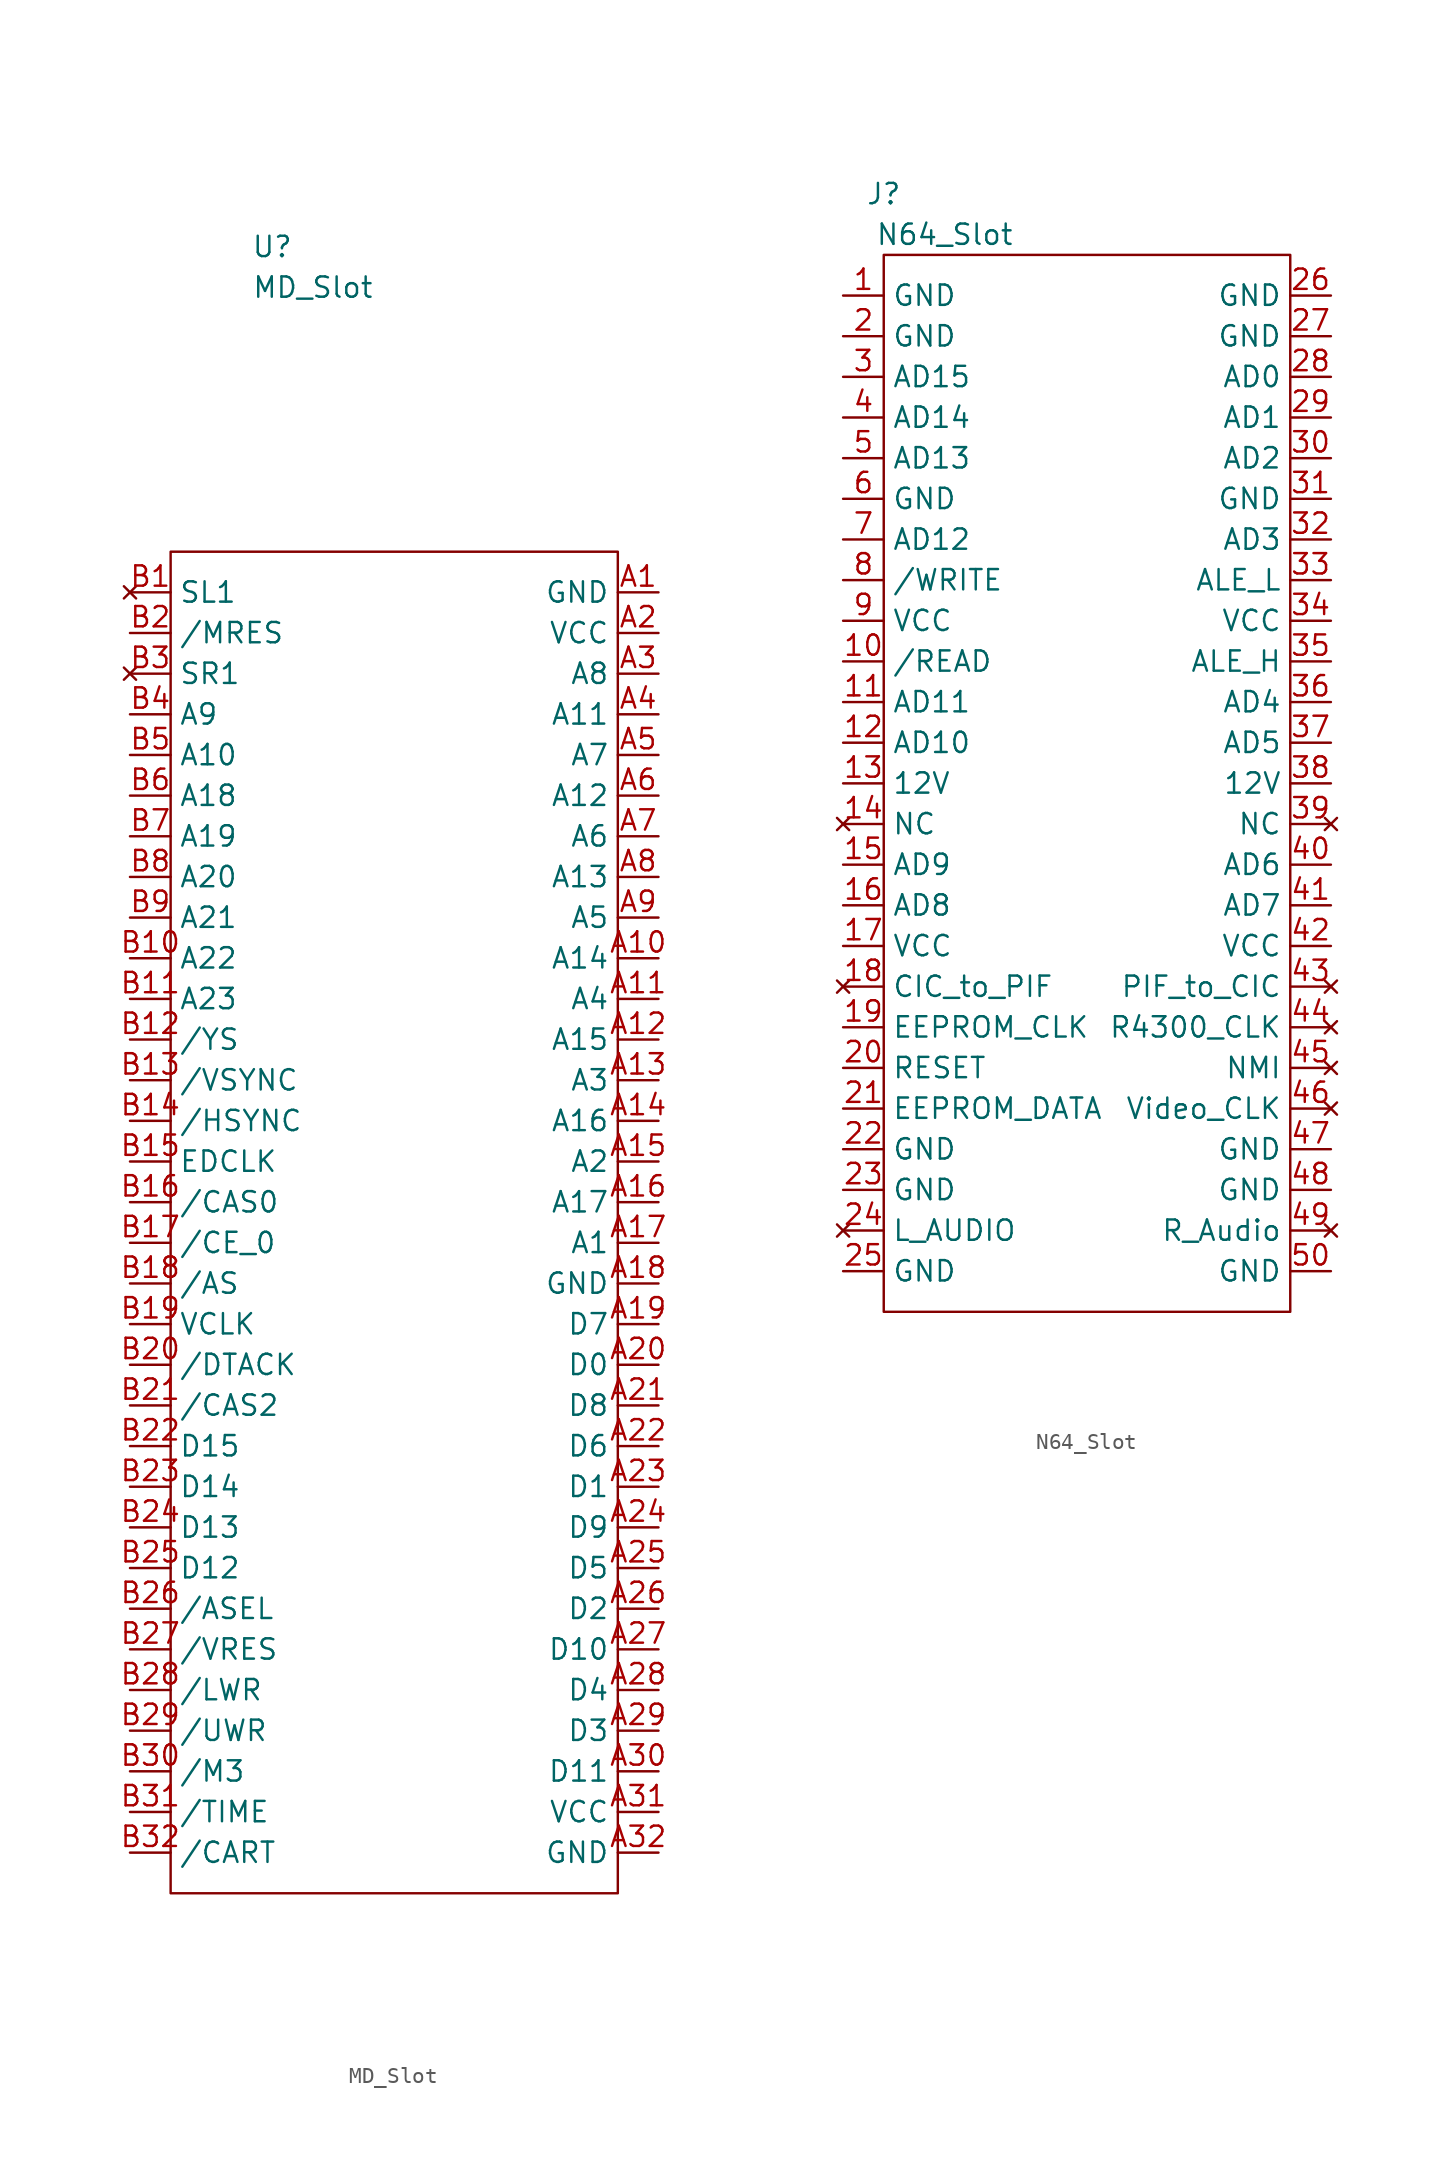
<source format=kicad_sym>
(kicad_symbol_lib
  (version 20231120)
  (generator "kicad_symbol_editor")
  (generator_version "8.0")
  (symbol "MD_Slot"
    (property "Reference" "U"
      (at -1.27 39.37 0)
      (effects (font (size 1.27 1.27))))
    (property "Value" "MD_Slot"
      (at 1.27 36.83 0)
      (effects (font (size 1.27 1.27))))
    (symbol "MD_Slot_0_1"
      (rectangle (start -7.62 20.32) (end 20.32 -63.5) (stroke (width 0.152) (type default)) (fill (type none))))
    (symbol "MD_Slot_1_1"
      (pin power_in line (at 22.86 17.78 180) (length 2.54) (name "GND" (effects (font (size 1.27 1.27)))) (number "A1" (effects (font (size 1.27 1.27)))))
      (pin input line (at 22.86 -5.08 180) (length 2.54) (name "A14" (effects (font (size 1.27 1.27)))) (number "A10" (effects (font (size 1.27 1.27)))))
      (pin input line (at 22.86 -7.62 180) (length 2.54) (name "A4" (effects (font (size 1.27 1.27)))) (number "A11" (effects (font (size 1.27 1.27)))))
      (pin input line (at 22.86 -10.16 180) (length 2.54) (name "A15" (effects (font (size 1.27 1.27)))) (number "A12" (effects (font (size 1.27 1.27)))))
      (pin input line (at 22.86 -12.7 180) (length 2.54) (name "A3" (effects (font (size 1.27 1.27)))) (number "A13" (effects (font (size 1.27 1.27)))))
      (pin input line (at 22.86 -15.24 180) (length 2.54) (name "A16" (effects (font (size 1.27 1.27)))) (number "A14" (effects (font (size 1.27 1.27)))))
      (pin input line (at 22.86 -17.78 180) (length 2.54) (name "A2" (effects (font (size 1.27 1.27)))) (number "A15" (effects (font (size 1.27 1.27)))))
      (pin input line (at 22.86 -20.32 180) (length 2.54) (name "A17" (effects (font (size 1.27 1.27)))) (number "A16" (effects (font (size 1.27 1.27)))))
      (pin input line (at 22.86 -22.86 180) (length 2.54) (name "A1" (effects (font (size 1.27 1.27)))) (number "A17" (effects (font (size 1.27 1.27)))))
      (pin power_in line (at 22.86 -25.4 180) (length 2.54) (name "GND" (effects (font (size 1.27 1.27)))) (number "A18" (effects (font (size 1.27 1.27)))))
      (pin bidirectional line (at 22.86 -27.94 180) (length 2.54) (name "D7" (effects (font (size 1.27 1.27)))) (number "A19" (effects (font (size 1.27 1.27)))))
      (pin power_in line (at 22.86 15.24 180) (length 2.54) (name "VCC" (effects (font (size 1.27 1.27)))) (number "A2" (effects (font (size 1.27 1.27)))))
      (pin bidirectional line (at 22.86 -30.48 180) (length 2.54) (name "D0" (effects (font (size 1.27 1.27)))) (number "A20" (effects (font (size 1.27 1.27)))))
      (pin bidirectional line (at 22.86 -33.02 180) (length 2.54) (name "D8" (effects (font (size 1.27 1.27)))) (number "A21" (effects (font (size 1.27 1.27)))))
      (pin bidirectional line (at 22.86 -35.56 180) (length 2.54) (name "D6" (effects (font (size 1.27 1.27)))) (number "A22" (effects (font (size 1.27 1.27)))))
      (pin bidirectional line (at 22.86 -38.1 180) (length 2.54) (name "D1" (effects (font (size 1.27 1.27)))) (number "A23" (effects (font (size 1.27 1.27)))))
      (pin bidirectional line (at 22.86 -40.64 180) (length 2.54) (name "D9" (effects (font (size 1.27 1.27)))) (number "A24" (effects (font (size 1.27 1.27)))))
      (pin bidirectional line (at 22.86 -43.18 180) (length 2.54) (name "D5" (effects (font (size 1.27 1.27)))) (number "A25" (effects (font (size 1.27 1.27)))))
      (pin bidirectional line (at 22.86 -45.72 180) (length 2.54) (name "D2" (effects (font (size 1.27 1.27)))) (number "A26" (effects (font (size 1.27 1.27)))))
      (pin bidirectional line (at 22.86 -48.26 180) (length 2.54) (name "D10" (effects (font (size 1.27 1.27)))) (number "A27" (effects (font (size 1.27 1.27)))))
      (pin bidirectional line (at 22.86 -50.8 180) (length 2.54) (name "D4" (effects (font (size 1.27 1.27)))) (number "A28" (effects (font (size 1.27 1.27)))))
      (pin bidirectional line (at 22.86 -53.34 180) (length 2.54) (name "D3" (effects (font (size 1.27 1.27)))) (number "A29" (effects (font (size 1.27 1.27)))))
      (pin input line (at 22.86 12.7 180) (length 2.54) (name "A8" (effects (font (size 1.27 1.27)))) (number "A3" (effects (font (size 1.27 1.27)))))
      (pin bidirectional line (at 22.86 -55.88 180) (length 2.54) (name "D11" (effects (font (size 1.27 1.27)))) (number "A30" (effects (font (size 1.27 1.27)))))
      (pin power_in line (at 22.86 -58.42 180) (length 2.54) (name "VCC" (effects (font (size 1.27 1.27)))) (number "A31" (effects (font (size 1.27 1.27)))))
      (pin power_in line (at 22.86 -60.96 180) (length 2.54) (name "GND" (effects (font (size 1.27 1.27)))) (number "A32" (effects (font (size 1.27 1.27)))))
      (pin input line (at 22.86 10.16 180) (length 2.54) (name "A11" (effects (font (size 1.27 1.27)))) (number "A4" (effects (font (size 1.27 1.27)))))
      (pin input line (at 22.86 7.62 180) (length 2.54) (name "A7" (effects (font (size 1.27 1.27)))) (number "A5" (effects (font (size 1.27 1.27)))))
      (pin input line (at 22.86 5.08 180) (length 2.54) (name "A12" (effects (font (size 1.27 1.27)))) (number "A6" (effects (font (size 1.27 1.27)))))
      (pin input line (at 22.86 2.54 180) (length 2.54) (name "A6" (effects (font (size 1.27 1.27)))) (number "A7" (effects (font (size 1.27 1.27)))))
      (pin input line (at 22.86 0 180) (length 2.54) (name "A13" (effects (font (size 1.27 1.27)))) (number "A8" (effects (font (size 1.27 1.27)))))
      (pin input line (at 22.86 -2.54 180) (length 2.54) (name "A5" (effects (font (size 1.27 1.27)))) (number "A9" (effects (font (size 1.27 1.27)))))
      (pin no_connect line (at -10.16 17.78 0) (length 2.54) (name "SL1" (effects (font (size 1.27 1.27)))) (number "B1" (effects (font (size 1.27 1.27)))))
      (pin input line (at -10.16 -5.08 0) (length 2.54) (name "A22" (effects (font (size 1.27 1.27)))) (number "B10" (effects (font (size 1.27 1.27)))))
      (pin input line (at -10.16 -7.62 0) (length 2.54) (name "A23" (effects (font (size 1.27 1.27)))) (number "B11" (effects (font (size 1.27 1.27)))))
      (pin input line (at -10.16 -10.16 0) (length 2.54) (name "/YS" (effects (font (size 1.27 1.27)))) (number "B12" (effects (font (size 1.27 1.27)))))
      (pin input line (at -10.16 -12.7 0) (length 2.54) (name "/VSYNC" (effects (font (size 1.27 1.27)))) (number "B13" (effects (font (size 1.27 1.27)))))
      (pin input line (at -10.16 -15.24 0) (length 2.54) (name "/HSYNC" (effects (font (size 1.27 1.27)))) (number "B14" (effects (font (size 1.27 1.27)))))
      (pin input line (at -10.16 -17.78 0) (length 2.54) (name "EDCLK" (effects (font (size 1.27 1.27)))) (number "B15" (effects (font (size 1.27 1.27)))))
      (pin input line (at -10.16 -20.32 0) (length 2.54) (name "/CAS0" (effects (font (size 1.27 1.27)))) (number "B16" (effects (font (size 1.27 1.27)))))
      (pin input line (at -10.16 -22.86 0) (length 2.54) (name "/CE_0" (effects (font (size 1.27 1.27)))) (number "B17" (effects (font (size 1.27 1.27)))))
      (pin input line (at -10.16 -25.4 0) (length 2.54) (name "/AS" (effects (font (size 1.27 1.27)))) (number "B18" (effects (font (size 1.27 1.27)))))
      (pin input line (at -10.16 -27.94 0) (length 2.54) (name "VCLK" (effects (font (size 1.27 1.27)))) (number "B19" (effects (font (size 1.27 1.27)))))
      (pin input line (at -10.16 15.24 0) (length 2.54) (name "/MRES" (effects (font (size 1.27 1.27)))) (number "B2" (effects (font (size 1.27 1.27)))))
      (pin input line (at -10.16 -30.48 0) (length 2.54) (name "/DTACK" (effects (font (size 1.27 1.27)))) (number "B20" (effects (font (size 1.27 1.27)))))
      (pin input line (at -10.16 -33.02 0) (length 2.54) (name "/CAS2" (effects (font (size 1.27 1.27)))) (number "B21" (effects (font (size 1.27 1.27)))))
      (pin bidirectional line (at -10.16 -35.56 0) (length 2.54) (name "D15" (effects (font (size 1.27 1.27)))) (number "B22" (effects (font (size 1.27 1.27)))))
      (pin bidirectional line (at -10.16 -38.1 0) (length 2.54) (name "D14" (effects (font (size 1.27 1.27)))) (number "B23" (effects (font (size 1.27 1.27)))))
      (pin bidirectional line (at -10.16 -40.64 0) (length 2.54) (name "D13" (effects (font (size 1.27 1.27)))) (number "B24" (effects (font (size 1.27 1.27)))))
      (pin bidirectional line (at -10.16 -43.18 0) (length 2.54) (name "D12" (effects (font (size 1.27 1.27)))) (number "B25" (effects (font (size 1.27 1.27)))))
      (pin input line (at -10.16 -45.72 0) (length 2.54) (name "/ASEL" (effects (font (size 1.27 1.27)))) (number "B26" (effects (font (size 1.27 1.27)))))
      (pin input line (at -10.16 -48.26 0) (length 2.54) (name "/VRES" (effects (font (size 1.27 1.27)))) (number "B27" (effects (font (size 1.27 1.27)))))
      (pin input line (at -10.16 -50.8 0) (length 2.54) (name "/LWR" (effects (font (size 1.27 1.27)))) (number "B28" (effects (font (size 1.27 1.27)))))
      (pin input line (at -10.16 -53.34 0) (length 2.54) (name "/UWR" (effects (font (size 1.27 1.27)))) (number "B29" (effects (font (size 1.27 1.27)))))
      (pin no_connect line (at -10.16 12.7 0) (length 2.54) (name "SR1" (effects (font (size 1.27 1.27)))) (number "B3" (effects (font (size 1.27 1.27)))))
      (pin input line (at -10.16 -55.88 0) (length 2.54) (name "/M3" (effects (font (size 1.27 1.27)))) (number "B30" (effects (font (size 1.27 1.27)))))
      (pin input line (at -10.16 -58.42 0) (length 2.54) (name "/TIME" (effects (font (size 1.27 1.27)))) (number "B31" (effects (font (size 1.27 1.27)))))
      (pin input line (at -10.16 -60.96 0) (length 2.54) (name "/CART" (effects (font (size 1.27 1.27)))) (number "B32" (effects (font (size 1.27 1.27)))))
      (pin input line (at -10.16 10.16 0) (length 2.54) (name "A9" (effects (font (size 1.27 1.27)))) (number "B4" (effects (font (size 1.27 1.27)))))
      (pin input line (at -10.16 7.62 0) (length 2.54) (name "A10" (effects (font (size 1.27 1.27)))) (number "B5" (effects (font (size 1.27 1.27)))))
      (pin input line (at -10.16 5.08 0) (length 2.54) (name "A18" (effects (font (size 1.27 1.27)))) (number "B6" (effects (font (size 1.27 1.27)))))
      (pin input line (at -10.16 2.54 0) (length 2.54) (name "A19" (effects (font (size 1.27 1.27)))) (number "B7" (effects (font (size 1.27 1.27)))))
      (pin input line (at -10.16 0 0) (length 2.54) (name "A20" (effects (font (size 1.27 1.27)))) (number "B8" (effects (font (size 1.27 1.27)))))
      (pin input line (at -10.16 -2.54 0) (length 2.54) (name "A21" (effects (font (size 1.27 1.27)))) (number "B9" (effects (font (size 1.27 1.27)))))))
  (symbol "N64_Slot"
    (property "Reference" "J"
      (at -10.16 35.56 0)
      (effects (font (size 1.27 1.27))))
    (property "Value" "N64_Slot"
      (at -6.35 33.02 0)
      (effects (font (size 1.27 1.27))))
    (symbol "N64_Slot_0_1"
      (rectangle (start -10.16 31.75) (end 15.24 -34.29) (stroke (width 0.152) (type default)) (fill (type none))))
    (symbol "N64_Slot_1_1"
      (pin power_in line (at -12.7 29.21 0) (length 2.54) (name "GND" (effects (font (size 1.27 1.27)))) (number "1" (effects (font (size 1.27 1.27)))))
      (pin input line (at -12.7 6.35 0) (length 2.54) (name "/READ" (effects (font (size 1.27 1.27)))) (number "10" (effects (font (size 1.27 1.27)))))
      (pin bidirectional line (at -12.7 3.81 0) (length 2.54) (name "AD11" (effects (font (size 1.27 1.27)))) (number "11" (effects (font (size 1.27 1.27)))))
      (pin bidirectional line (at -12.7 1.27 0) (length 2.54) (name "AD10" (effects (font (size 1.27 1.27)))) (number "12" (effects (font (size 1.27 1.27)))))
      (pin power_in line (at -12.7 -1.27 0) (length 2.54) (name "12V" (effects (font (size 1.27 1.27)))) (number "13" (effects (font (size 1.27 1.27)))))
      (pin no_connect line (at -12.7 -3.81 0) (length 2.54) (name "NC" (effects (font (size 1.27 1.27)))) (number "14" (effects (font (size 1.27 1.27)))))
      (pin bidirectional line (at -12.7 -6.35 0) (length 2.54) (name "AD9" (effects (font (size 1.27 1.27)))) (number "15" (effects (font (size 1.27 1.27)))))
      (pin bidirectional line (at -12.7 -8.89 0) (length 2.54) (name "AD8" (effects (font (size 1.27 1.27)))) (number "16" (effects (font (size 1.27 1.27)))))
      (pin power_in line (at -12.7 -11.43 0) (length 2.54) (name "VCC" (effects (font (size 1.27 1.27)))) (number "17" (effects (font (size 1.27 1.27)))))
      (pin no_connect line (at -12.7 -13.97 0) (length 2.54) (name "CIC_to_PIF" (effects (font (size 1.27 1.27)))) (number "18" (effects (font (size 1.27 1.27)))))
      (pin input line (at -12.7 -16.51 0) (length 2.54) (name "EEPROM_CLK" (effects (font (size 1.27 1.27)))) (number "19" (effects (font (size 1.27 1.27)))))
      (pin power_in line (at -12.7 26.67 0) (length 2.54) (name "GND" (effects (font (size 1.27 1.27)))) (number "2" (effects (font (size 1.27 1.27)))))
      (pin input line (at -12.7 -19.05 0) (length 2.54) (name "RESET" (effects (font (size 1.27 1.27)))) (number "20" (effects (font (size 1.27 1.27)))))
      (pin bidirectional line (at -12.7 -21.59 0) (length 2.54) (name "EEPROM_DATA" (effects (font (size 1.27 1.27)))) (number "21" (effects (font (size 1.27 1.27)))))
      (pin power_in line (at -12.7 -24.13 0) (length 2.54) (name "GND" (effects (font (size 1.27 1.27)))) (number "22" (effects (font (size 1.27 1.27)))))
      (pin power_in line (at -12.7 -26.67 0) (length 2.54) (name "GND" (effects (font (size 1.27 1.27)))) (number "23" (effects (font (size 1.27 1.27)))))
      (pin no_connect line (at -12.7 -29.21 0) (length 2.54) (name "L_AUDIO" (effects (font (size 1.27 1.27)))) (number "24" (effects (font (size 1.27 1.27)))))
      (pin power_in line (at -12.7 -31.75 0) (length 2.54) (name "GND" (effects (font (size 1.27 1.27)))) (number "25" (effects (font (size 1.27 1.27)))))
      (pin power_in line (at 17.78 29.21 180) (length 2.54) (name "GND" (effects (font (size 1.27 1.27)))) (number "26" (effects (font (size 1.27 1.27)))))
      (pin power_in line (at 17.78 26.67 180) (length 2.54) (name "GND" (effects (font (size 1.27 1.27)))) (number "27" (effects (font (size 1.27 1.27)))))
      (pin bidirectional line (at 17.78 24.13 180) (length 2.54) (name "AD0" (effects (font (size 1.27 1.27)))) (number "28" (effects (font (size 1.27 1.27)))))
      (pin bidirectional line (at 17.78 21.59 180) (length 2.54) (name "AD1" (effects (font (size 1.27 1.27)))) (number "29" (effects (font (size 1.27 1.27)))))
      (pin bidirectional line (at -12.7 24.13 0) (length 2.54) (name "AD15" (effects (font (size 1.27 1.27)))) (number "3" (effects (font (size 1.27 1.27)))))
      (pin bidirectional line (at 17.78 19.05 180) (length 2.54) (name "AD2" (effects (font (size 1.27 1.27)))) (number "30" (effects (font (size 1.27 1.27)))))
      (pin power_in line (at 17.78 16.51 180) (length 2.54) (name "GND" (effects (font (size 1.27 1.27)))) (number "31" (effects (font (size 1.27 1.27)))))
      (pin bidirectional line (at 17.78 13.97 180) (length 2.54) (name "AD3" (effects (font (size 1.27 1.27)))) (number "32" (effects (font (size 1.27 1.27)))))
      (pin input line (at 17.78 11.43 180) (length 2.54) (name "ALE_L" (effects (font (size 1.27 1.27)))) (number "33" (effects (font (size 1.27 1.27)))))
      (pin power_in line (at 17.78 8.89 180) (length 2.54) (name "VCC" (effects (font (size 1.27 1.27)))) (number "34" (effects (font (size 1.27 1.27)))))
      (pin input line (at 17.78 6.35 180) (length 2.54) (name "ALE_H" (effects (font (size 1.27 1.27)))) (number "35" (effects (font (size 1.27 1.27)))))
      (pin bidirectional line (at 17.78 3.81 180) (length 2.54) (name "AD4" (effects (font (size 1.27 1.27)))) (number "36" (effects (font (size 1.27 1.27)))))
      (pin bidirectional line (at 17.78 1.27 180) (length 2.54) (name "AD5" (effects (font (size 1.27 1.27)))) (number "37" (effects (font (size 1.27 1.27)))))
      (pin power_in line (at 17.78 -1.27 180) (length 2.54) (name "12V" (effects (font (size 1.27 1.27)))) (number "38" (effects (font (size 1.27 1.27)))))
      (pin no_connect line (at 17.78 -3.81 180) (length 2.54) (name "NC" (effects (font (size 1.27 1.27)))) (number "39" (effects (font (size 1.27 1.27)))))
      (pin bidirectional line (at -12.7 21.59 0) (length 2.54) (name "AD14" (effects (font (size 1.27 1.27)))) (number "4" (effects (font (size 1.27 1.27)))))
      (pin bidirectional line (at 17.78 -6.35 180) (length 2.54) (name "AD6" (effects (font (size 1.27 1.27)))) (number "40" (effects (font (size 1.27 1.27)))))
      (pin bidirectional line (at 17.78 -8.89 180) (length 2.54) (name "AD7" (effects (font (size 1.27 1.27)))) (number "41" (effects (font (size 1.27 1.27)))))
      (pin power_in line (at 17.78 -11.43 180) (length 2.54) (name "VCC" (effects (font (size 1.27 1.27)))) (number "42" (effects (font (size 1.27 1.27)))))
      (pin no_connect line (at 17.78 -13.97 180) (length 2.54) (name "PIF_to_CIC" (effects (font (size 1.27 1.27)))) (number "43" (effects (font (size 1.27 1.27)))))
      (pin no_connect line (at 17.78 -16.51 180) (length 2.54) (name "R4300_CLK" (effects (font (size 1.27 1.27)))) (number "44" (effects (font (size 1.27 1.27)))))
      (pin no_connect line (at 17.78 -19.05 180) (length 2.54) (name "NMI" (effects (font (size 1.27 1.27)))) (number "45" (effects (font (size 1.27 1.27)))))
      (pin no_connect line (at 17.78 -21.59 180) (length 2.54) (name "Video_CLK" (effects (font (size 1.27 1.27)))) (number "46" (effects (font (size 1.27 1.27)))))
      (pin power_in line (at 17.78 -24.13 180) (length 2.54) (name "GND" (effects (font (size 1.27 1.27)))) (number "47" (effects (font (size 1.27 1.27)))))
      (pin power_in line (at 17.78 -26.67 180) (length 2.54) (name "GND" (effects (font (size 1.27 1.27)))) (number "48" (effects (font (size 1.27 1.27)))))
      (pin no_connect line (at 17.78 -29.21 180) (length 2.54) (name "R_Audio" (effects (font (size 1.27 1.27)))) (number "49" (effects (font (size 1.27 1.27)))))
      (pin bidirectional line (at -12.7 19.05 0) (length 2.54) (name "AD13" (effects (font (size 1.27 1.27)))) (number "5" (effects (font (size 1.27 1.27)))))
      (pin power_in line (at 17.78 -31.75 180) (length 2.54) (name "GND" (effects (font (size 1.27 1.27)))) (number "50" (effects (font (size 1.27 1.27)))))
      (pin power_in line (at -12.7 16.51 0) (length 2.54) (name "GND" (effects (font (size 1.27 1.27)))) (number "6" (effects (font (size 1.27 1.27)))))
      (pin bidirectional line (at -12.7 13.97 0) (length 2.54) (name "AD12" (effects (font (size 1.27 1.27)))) (number "7" (effects (font (size 1.27 1.27)))))
      (pin input line (at -12.7 11.43 0) (length 2.54) (name "/WRITE" (effects (font (size 1.27 1.27)))) (number "8" (effects (font (size 1.27 1.27)))))
      (pin power_in line (at -12.7 8.89 0) (length 2.54) (name "VCC" (effects (font (size 1.27 1.27)))) (number "9" (effects (font (size 1.27 1.27))))))))
</source>
